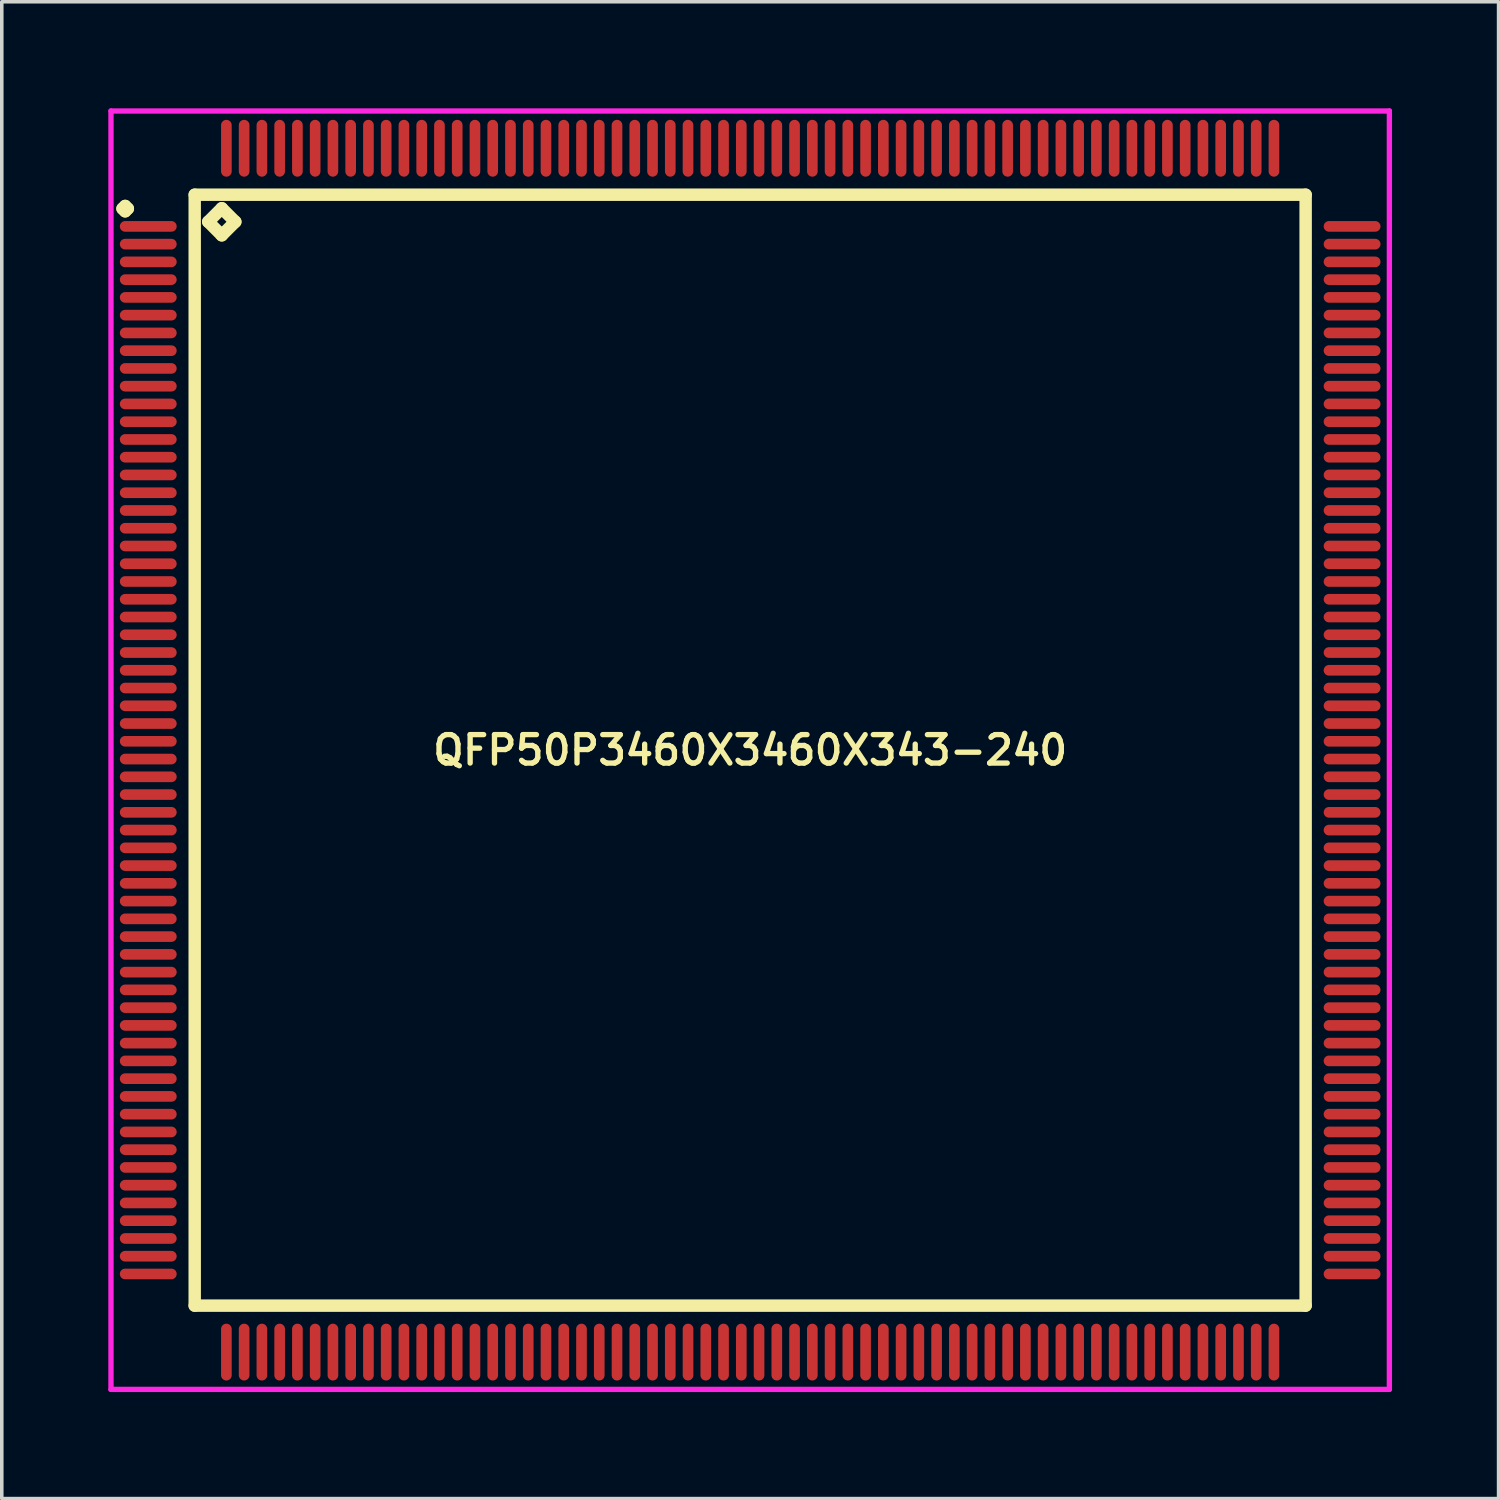
<source format=kicad_pcb>
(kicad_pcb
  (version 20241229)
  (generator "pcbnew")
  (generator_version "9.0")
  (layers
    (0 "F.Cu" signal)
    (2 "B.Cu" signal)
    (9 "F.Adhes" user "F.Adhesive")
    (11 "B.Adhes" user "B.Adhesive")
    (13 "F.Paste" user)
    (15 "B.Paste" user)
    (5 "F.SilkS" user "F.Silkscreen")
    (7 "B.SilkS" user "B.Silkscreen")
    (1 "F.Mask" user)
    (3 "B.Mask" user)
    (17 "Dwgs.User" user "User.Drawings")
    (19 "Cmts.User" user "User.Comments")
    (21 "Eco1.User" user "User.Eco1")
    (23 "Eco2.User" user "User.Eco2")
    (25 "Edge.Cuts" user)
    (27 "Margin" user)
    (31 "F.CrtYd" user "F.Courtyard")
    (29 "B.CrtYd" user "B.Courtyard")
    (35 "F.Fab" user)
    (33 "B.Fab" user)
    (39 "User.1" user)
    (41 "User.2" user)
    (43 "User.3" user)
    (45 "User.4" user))
  (footprint "QFP50P3460X3460X343-240"
    (layer "F.Cu")
    (at 18.075 18.075)
    (property "Reference" "QFP50P3460X3460X343-240" (at 0 0 0) (layer "F.SilkS") (effects (font (size 0.8 0.8) (thickness 0.15))))
    (attr through_hole)
    (fp_line (start -17.675 -15.25) (end -17.6 -15.325) (stroke (width 0.35) (type solid)) (layer "F.SilkS"))
    (fp_line (start -17.6 -15.325) (end -17.525 -15.25) (stroke (width 0.35) (type solid)) (layer "F.SilkS"))
    (fp_line (start -17.6 -15.175) (end -17.675 -15.25) (stroke (width 0.35) (type solid)) (layer "F.SilkS"))
    (fp_line (start -17.525 -15.25) (end -17.6 -15.175) (stroke (width 0.35) (type solid)) (layer "F.SilkS"))
    (fp_line (start -15.642 -15.642) (end -15.642 15.642) (stroke (width 0.35) (type solid)) (layer "F.SilkS"))
    (fp_line (start -15.642 15.642) (end 15.642 15.642) (stroke (width 0.35) (type solid)) (layer "F.SilkS"))
    (fp_line (start -15.261 -14.88) (end -14.88 -15.261) (stroke (width 0.35) (type solid)) (layer "F.SilkS"))
    (fp_line (start -14.88 -15.261) (end -14.499 -14.88) (stroke (width 0.35) (type solid)) (layer "F.SilkS"))
    (fp_line (start -14.88 -14.499) (end -15.261 -14.88) (stroke (width 0.35) (type solid)) (layer "F.SilkS"))
    (fp_line (start -14.499 -14.88) (end -14.88 -14.499) (stroke (width 0.35) (type solid)) (layer "F.SilkS"))
    (fp_line (start 15.642 -15.642) (end -15.642 -15.642) (stroke (width 0.35) (type solid)) (layer "F.SilkS"))
    (fp_line (start 15.642 15.642) (end 15.642 -15.642) (stroke (width 0.35) (type solid)) (layer "F.SilkS"))
    (fp_line (start -18 -18) (end 18 -18) (stroke (width 0.15) (type solid)) (layer "F.CrtYd"))
    (fp_line (start -18 18) (end -18 -18) (stroke (width 0.15) (type solid)) (layer "F.CrtYd"))
    (fp_line (start 18 -18) (end 18 18) (stroke (width 0.15) (type solid)) (layer "F.CrtYd"))
    (fp_line (start 18 18) (end -18 18) (stroke (width 0.15) (type solid)) (layer "F.CrtYd"))
    (pad "1" smd oval (at -16.95 -14.75) (size 1.6 0.3) (layers "F.Cu" "F.Mask" "F.Paste"))
    (pad "2" smd oval (at -16.95 -14.25) (size 1.6 0.3) (layers "F.Cu" "F.Mask" "F.Paste"))
    (pad "3" smd oval (at -16.95 -13.75) (size 1.6 0.3) (layers "F.Cu" "F.Mask" "F.Paste"))
    (pad "4" smd oval (at -16.95 -13.25) (size 1.6 0.3) (layers "F.Cu" "F.Mask" "F.Paste"))
    (pad "5" smd oval (at -16.95 -12.75) (size 1.6 0.3) (layers "F.Cu" "F.Mask" "F.Paste"))
    (pad "6" smd oval (at -16.95 -12.25) (size 1.6 0.3) (layers "F.Cu" "F.Mask" "F.Paste"))
    (pad "7" smd oval (at -16.95 -11.75) (size 1.6 0.3) (layers "F.Cu" "F.Mask" "F.Paste"))
    (pad "8" smd oval (at -16.95 -11.25) (size 1.6 0.3) (layers "F.Cu" "F.Mask" "F.Paste"))
    (pad "9" smd oval (at -16.95 -10.75) (size 1.6 0.3) (layers "F.Cu" "F.Mask" "F.Paste"))
    (pad "10" smd oval (at -16.95 -10.25) (size 1.6 0.3) (layers "F.Cu" "F.Mask" "F.Paste"))
    (pad "11" smd oval (at -16.95 -9.75) (size 1.6 0.3) (layers "F.Cu" "F.Mask" "F.Paste"))
    (pad "12" smd oval (at -16.95 -9.25) (size 1.6 0.3) (layers "F.Cu" "F.Mask" "F.Paste"))
    (pad "13" smd oval (at -16.95 -8.75) (size 1.6 0.3) (layers "F.Cu" "F.Mask" "F.Paste"))
    (pad "14" smd oval (at -16.95 -8.25) (size 1.6 0.3) (layers "F.Cu" "F.Mask" "F.Paste"))
    (pad "15" smd oval (at -16.95 -7.75) (size 1.6 0.3) (layers "F.Cu" "F.Mask" "F.Paste"))
    (pad "16" smd oval (at -16.95 -7.25) (size 1.6 0.3) (layers "F.Cu" "F.Mask" "F.Paste"))
    (pad "17" smd oval (at -16.95 -6.75) (size 1.6 0.3) (layers "F.Cu" "F.Mask" "F.Paste"))
    (pad "18" smd oval (at -16.95 -6.25) (size 1.6 0.3) (layers "F.Cu" "F.Mask" "F.Paste"))
    (pad "19" smd oval (at -16.95 -5.75) (size 1.6 0.3) (layers "F.Cu" "F.Mask" "F.Paste"))
    (pad "20" smd oval (at -16.95 -5.25) (size 1.6 0.3) (layers "F.Cu" "F.Mask" "F.Paste"))
    (pad "21" smd oval (at -16.95 -4.75) (size 1.6 0.3) (layers "F.Cu" "F.Mask" "F.Paste"))
    (pad "22" smd oval (at -16.95 -4.25) (size 1.6 0.3) (layers "F.Cu" "F.Mask" "F.Paste"))
    (pad "23" smd oval (at -16.95 -3.75) (size 1.6 0.3) (layers "F.Cu" "F.Mask" "F.Paste"))
    (pad "24" smd oval (at -16.95 -3.25) (size 1.6 0.3) (layers "F.Cu" "F.Mask" "F.Paste"))
    (pad "25" smd oval (at -16.95 -2.75) (size 1.6 0.3) (layers "F.Cu" "F.Mask" "F.Paste"))
    (pad "26" smd oval (at -16.95 -2.25) (size 1.6 0.3) (layers "F.Cu" "F.Mask" "F.Paste"))
    (pad "27" smd oval (at -16.95 -1.75) (size 1.6 0.3) (layers "F.Cu" "F.Mask" "F.Paste"))
    (pad "28" smd oval (at -16.95 -1.25) (size 1.6 0.3) (layers "F.Cu" "F.Mask" "F.Paste"))
    (pad "29" smd oval (at -16.95 -0.75) (size 1.6 0.3) (layers "F.Cu" "F.Mask" "F.Paste"))
    (pad "30" smd oval (at -16.95 -0.25) (size 1.6 0.3) (layers "F.Cu" "F.Mask" "F.Paste"))
    (pad "31" smd oval (at -16.95 0.25) (size 1.6 0.3) (layers "F.Cu" "F.Mask" "F.Paste"))
    (pad "32" smd oval (at -16.95 0.75) (size 1.6 0.3) (layers "F.Cu" "F.Mask" "F.Paste"))
    (pad "33" smd oval (at -16.95 1.25) (size 1.6 0.3) (layers "F.Cu" "F.Mask" "F.Paste"))
    (pad "34" smd oval (at -16.95 1.75) (size 1.6 0.3) (layers "F.Cu" "F.Mask" "F.Paste"))
    (pad "35" smd oval (at -16.95 2.25) (size 1.6 0.3) (layers "F.Cu" "F.Mask" "F.Paste"))
    (pad "36" smd oval (at -16.95 2.75) (size 1.6 0.3) (layers "F.Cu" "F.Mask" "F.Paste"))
    (pad "37" smd oval (at -16.95 3.25) (size 1.6 0.3) (layers "F.Cu" "F.Mask" "F.Paste"))
    (pad "38" smd oval (at -16.95 3.75) (size 1.6 0.3) (layers "F.Cu" "F.Mask" "F.Paste"))
    (pad "39" smd oval (at -16.95 4.25) (size 1.6 0.3) (layers "F.Cu" "F.Mask" "F.Paste"))
    (pad "40" smd oval (at -16.95 4.75) (size 1.6 0.3) (layers "F.Cu" "F.Mask" "F.Paste"))
    (pad "41" smd oval (at -16.95 5.25) (size 1.6 0.3) (layers "F.Cu" "F.Mask" "F.Paste"))
    (pad "42" smd oval (at -16.95 5.75) (size 1.6 0.3) (layers "F.Cu" "F.Mask" "F.Paste"))
    (pad "43" smd oval (at -16.95 6.25) (size 1.6 0.3) (layers "F.Cu" "F.Mask" "F.Paste"))
    (pad "44" smd oval (at -16.95 6.75) (size 1.6 0.3) (layers "F.Cu" "F.Mask" "F.Paste"))
    (pad "45" smd oval (at -16.95 7.25) (size 1.6 0.3) (layers "F.Cu" "F.Mask" "F.Paste"))
    (pad "46" smd oval (at -16.95 7.75) (size 1.6 0.3) (layers "F.Cu" "F.Mask" "F.Paste"))
    (pad "47" smd oval (at -16.95 8.25) (size 1.6 0.3) (layers "F.Cu" "F.Mask" "F.Paste"))
    (pad "48" smd oval (at -16.95 8.75) (size 1.6 0.3) (layers "F.Cu" "F.Mask" "F.Paste"))
    (pad "49" smd oval (at -16.95 9.25) (size 1.6 0.3) (layers "F.Cu" "F.Mask" "F.Paste"))
    (pad "50" smd oval (at -16.95 9.75) (size 1.6 0.3) (layers "F.Cu" "F.Mask" "F.Paste"))
    (pad "51" smd oval (at -16.95 10.25) (size 1.6 0.3) (layers "F.Cu" "F.Mask" "F.Paste"))
    (pad "52" smd oval (at -16.95 10.75) (size 1.6 0.3) (layers "F.Cu" "F.Mask" "F.Paste"))
    (pad "53" smd oval (at -16.95 11.25) (size 1.6 0.3) (layers "F.Cu" "F.Mask" "F.Paste"))
    (pad "54" smd oval (at -16.95 11.75) (size 1.6 0.3) (layers "F.Cu" "F.Mask" "F.Paste"))
    (pad "55" smd oval (at -16.95 12.25) (size 1.6 0.3) (layers "F.Cu" "F.Mask" "F.Paste"))
    (pad "56" smd oval (at -16.95 12.75) (size 1.6 0.3) (layers "F.Cu" "F.Mask" "F.Paste"))
    (pad "57" smd oval (at -16.95 13.25) (size 1.6 0.3) (layers "F.Cu" "F.Mask" "F.Paste"))
    (pad "58" smd oval (at -16.95 13.75) (size 1.6 0.3) (layers "F.Cu" "F.Mask" "F.Paste"))
    (pad "59" smd oval (at -16.95 14.25) (size 1.6 0.3) (layers "F.Cu" "F.Mask" "F.Paste"))
    (pad "60" smd oval (at -16.95 14.75) (size 1.6 0.3) (layers "F.Cu" "F.Mask" "F.Paste"))
    (pad "61" smd oval (at -14.75 16.95) (size 0.3 1.6) (layers "F.Cu" "F.Mask" "F.Paste"))
    (pad "62" smd oval (at -14.25 16.95) (size 0.3 1.6) (layers "F.Cu" "F.Mask" "F.Paste"))
    (pad "63" smd oval (at -13.75 16.95) (size 0.3 1.6) (layers "F.Cu" "F.Mask" "F.Paste"))
    (pad "64" smd oval (at -13.25 16.95) (size 0.3 1.6) (layers "F.Cu" "F.Mask" "F.Paste"))
    (pad "65" smd oval (at -12.75 16.95) (size 0.3 1.6) (layers "F.Cu" "F.Mask" "F.Paste"))
    (pad "66" smd oval (at -12.25 16.95) (size 0.3 1.6) (layers "F.Cu" "F.Mask" "F.Paste"))
    (pad "67" smd oval (at -11.75 16.95) (size 0.3 1.6) (layers "F.Cu" "F.Mask" "F.Paste"))
    (pad "68" smd oval (at -11.25 16.95) (size 0.3 1.6) (layers "F.Cu" "F.Mask" "F.Paste"))
    (pad "69" smd oval (at -10.75 16.95) (size 0.3 1.6) (layers "F.Cu" "F.Mask" "F.Paste"))
    (pad "70" smd oval (at -10.25 16.95) (size 0.3 1.6) (layers "F.Cu" "F.Mask" "F.Paste"))
    (pad "71" smd oval (at -9.75 16.95) (size 0.3 1.6) (layers "F.Cu" "F.Mask" "F.Paste"))
    (pad "72" smd oval (at -9.25 16.95) (size 0.3 1.6) (layers "F.Cu" "F.Mask" "F.Paste"))
    (pad "73" smd oval (at -8.75 16.95) (size 0.3 1.6) (layers "F.Cu" "F.Mask" "F.Paste"))
    (pad "74" smd oval (at -8.25 16.95) (size 0.3 1.6) (layers "F.Cu" "F.Mask" "F.Paste"))
    (pad "75" smd oval (at -7.75 16.95) (size 0.3 1.6) (layers "F.Cu" "F.Mask" "F.Paste"))
    (pad "76" smd oval (at -7.25 16.95) (size 0.3 1.6) (layers "F.Cu" "F.Mask" "F.Paste"))
    (pad "77" smd oval (at -6.75 16.95) (size 0.3 1.6) (layers "F.Cu" "F.Mask" "F.Paste"))
    (pad "78" smd oval (at -6.25 16.95) (size 0.3 1.6) (layers "F.Cu" "F.Mask" "F.Paste"))
    (pad "79" smd oval (at -5.75 16.95) (size 0.3 1.6) (layers "F.Cu" "F.Mask" "F.Paste"))
    (pad "80" smd oval (at -5.25 16.95) (size 0.3 1.6) (layers "F.Cu" "F.Mask" "F.Paste"))
    (pad "81" smd oval (at -4.75 16.95) (size 0.3 1.6) (layers "F.Cu" "F.Mask" "F.Paste"))
    (pad "82" smd oval (at -4.25 16.95) (size 0.3 1.6) (layers "F.Cu" "F.Mask" "F.Paste"))
    (pad "83" smd oval (at -3.75 16.95) (size 0.3 1.6) (layers "F.Cu" "F.Mask" "F.Paste"))
    (pad "84" smd oval (at -3.25 16.95) (size 0.3 1.6) (layers "F.Cu" "F.Mask" "F.Paste"))
    (pad "85" smd oval (at -2.75 16.95) (size 0.3 1.6) (layers "F.Cu" "F.Mask" "F.Paste"))
    (pad "86" smd oval (at -2.25 16.95) (size 0.3 1.6) (layers "F.Cu" "F.Mask" "F.Paste"))
    (pad "87" smd oval (at -1.75 16.95) (size 0.3 1.6) (layers "F.Cu" "F.Mask" "F.Paste"))
    (pad "88" smd oval (at -1.25 16.95) (size 0.3 1.6) (layers "F.Cu" "F.Mask" "F.Paste"))
    (pad "89" smd oval (at -0.75 16.95) (size 0.3 1.6) (layers "F.Cu" "F.Mask" "F.Paste"))
    (pad "90" smd oval (at -0.25 16.95) (size 0.3 1.6) (layers "F.Cu" "F.Mask" "F.Paste"))
    (pad "91" smd oval (at 0.25 16.95) (size 0.3 1.6) (layers "F.Cu" "F.Mask" "F.Paste"))
    (pad "92" smd oval (at 0.75 16.95) (size 0.3 1.6) (layers "F.Cu" "F.Mask" "F.Paste"))
    (pad "93" smd oval (at 1.25 16.95) (size 0.3 1.6) (layers "F.Cu" "F.Mask" "F.Paste"))
    (pad "94" smd oval (at 1.75 16.95) (size 0.3 1.6) (layers "F.Cu" "F.Mask" "F.Paste"))
    (pad "95" smd oval (at 2.25 16.95) (size 0.3 1.6) (layers "F.Cu" "F.Mask" "F.Paste"))
    (pad "96" smd oval (at 2.75 16.95) (size 0.3 1.6) (layers "F.Cu" "F.Mask" "F.Paste"))
    (pad "97" smd oval (at 3.25 16.95) (size 0.3 1.6) (layers "F.Cu" "F.Mask" "F.Paste"))
    (pad "98" smd oval (at 3.75 16.95) (size 0.3 1.6) (layers "F.Cu" "F.Mask" "F.Paste"))
    (pad "99" smd oval (at 4.25 16.95) (size 0.3 1.6) (layers "F.Cu" "F.Mask" "F.Paste"))
    (pad "100" smd oval (at 4.75 16.95) (size 0.3 1.6) (layers "F.Cu" "F.Mask" "F.Paste"))
    (pad "101" smd oval (at 5.25 16.95) (size 0.3 1.6) (layers "F.Cu" "F.Mask" "F.Paste"))
    (pad "102" smd oval (at 5.75 16.95) (size 0.3 1.6) (layers "F.Cu" "F.Mask" "F.Paste"))
    (pad "103" smd oval (at 6.25 16.95) (size 0.3 1.6) (layers "F.Cu" "F.Mask" "F.Paste"))
    (pad "104" smd oval (at 6.75 16.95) (size 0.3 1.6) (layers "F.Cu" "F.Mask" "F.Paste"))
    (pad "105" smd oval (at 7.25 16.95) (size 0.3 1.6) (layers "F.Cu" "F.Mask" "F.Paste"))
    (pad "106" smd oval (at 7.75 16.95) (size 0.3 1.6) (layers "F.Cu" "F.Mask" "F.Paste"))
    (pad "107" smd oval (at 8.25 16.95) (size 0.3 1.6) (layers "F.Cu" "F.Mask" "F.Paste"))
    (pad "108" smd oval (at 8.75 16.95) (size 0.3 1.6) (layers "F.Cu" "F.Mask" "F.Paste"))
    (pad "109" smd oval (at 9.25 16.95) (size 0.3 1.6) (layers "F.Cu" "F.Mask" "F.Paste"))
    (pad "110" smd oval (at 9.75 16.95) (size 0.3 1.6) (layers "F.Cu" "F.Mask" "F.Paste"))
    (pad "111" smd oval (at 10.25 16.95) (size 0.3 1.6) (layers "F.Cu" "F.Mask" "F.Paste"))
    (pad "112" smd oval (at 10.75 16.95) (size 0.3 1.6) (layers "F.Cu" "F.Mask" "F.Paste"))
    (pad "113" smd oval (at 11.25 16.95) (size 0.3 1.6) (layers "F.Cu" "F.Mask" "F.Paste"))
    (pad "114" smd oval (at 11.75 16.95) (size 0.3 1.6) (layers "F.Cu" "F.Mask" "F.Paste"))
    (pad "115" smd oval (at 12.25 16.95) (size 0.3 1.6) (layers "F.Cu" "F.Mask" "F.Paste"))
    (pad "116" smd oval (at 12.75 16.95) (size 0.3 1.6) (layers "F.Cu" "F.Mask" "F.Paste"))
    (pad "117" smd oval (at 13.25 16.95) (size 0.3 1.6) (layers "F.Cu" "F.Mask" "F.Paste"))
    (pad "118" smd oval (at 13.75 16.95) (size 0.3 1.6) (layers "F.Cu" "F.Mask" "F.Paste"))
    (pad "119" smd oval (at 14.25 16.95) (size 0.3 1.6) (layers "F.Cu" "F.Mask" "F.Paste"))
    (pad "120" smd oval (at 14.75 16.95) (size 0.3 1.6) (layers "F.Cu" "F.Mask" "F.Paste"))
    (pad "121" smd oval (at 16.95 14.75) (size 1.6 0.3) (layers "F.Cu" "F.Mask" "F.Paste"))
    (pad "122" smd oval (at 16.95 14.25) (size 1.6 0.3) (layers "F.Cu" "F.Mask" "F.Paste"))
    (pad "123" smd oval (at 16.95 13.75) (size 1.6 0.3) (layers "F.Cu" "F.Mask" "F.Paste"))
    (pad "124" smd oval (at 16.95 13.25) (size 1.6 0.3) (layers "F.Cu" "F.Mask" "F.Paste"))
    (pad "125" smd oval (at 16.95 12.75) (size 1.6 0.3) (layers "F.Cu" "F.Mask" "F.Paste"))
    (pad "126" smd oval (at 16.95 12.25) (size 1.6 0.3) (layers "F.Cu" "F.Mask" "F.Paste"))
    (pad "127" smd oval (at 16.95 11.75) (size 1.6 0.3) (layers "F.Cu" "F.Mask" "F.Paste"))
    (pad "128" smd oval (at 16.95 11.25) (size 1.6 0.3) (layers "F.Cu" "F.Mask" "F.Paste"))
    (pad "129" smd oval (at 16.95 10.75) (size 1.6 0.3) (layers "F.Cu" "F.Mask" "F.Paste"))
    (pad "130" smd oval (at 16.95 10.25) (size 1.6 0.3) (layers "F.Cu" "F.Mask" "F.Paste"))
    (pad "131" smd oval (at 16.95 9.75) (size 1.6 0.3) (layers "F.Cu" "F.Mask" "F.Paste"))
    (pad "132" smd oval (at 16.95 9.25) (size 1.6 0.3) (layers "F.Cu" "F.Mask" "F.Paste"))
    (pad "133" smd oval (at 16.95 8.75) (size 1.6 0.3) (layers "F.Cu" "F.Mask" "F.Paste"))
    (pad "134" smd oval (at 16.95 8.25) (size 1.6 0.3) (layers "F.Cu" "F.Mask" "F.Paste"))
    (pad "135" smd oval (at 16.95 7.75) (size 1.6 0.3) (layers "F.Cu" "F.Mask" "F.Paste"))
    (pad "136" smd oval (at 16.95 7.25) (size 1.6 0.3) (layers "F.Cu" "F.Mask" "F.Paste"))
    (pad "137" smd oval (at 16.95 6.75) (size 1.6 0.3) (layers "F.Cu" "F.Mask" "F.Paste"))
    (pad "138" smd oval (at 16.95 6.25) (size 1.6 0.3) (layers "F.Cu" "F.Mask" "F.Paste"))
    (pad "139" smd oval (at 16.95 5.75) (size 1.6 0.3) (layers "F.Cu" "F.Mask" "F.Paste"))
    (pad "140" smd oval (at 16.95 5.25) (size 1.6 0.3) (layers "F.Cu" "F.Mask" "F.Paste"))
    (pad "141" smd oval (at 16.95 4.75) (size 1.6 0.3) (layers "F.Cu" "F.Mask" "F.Paste"))
    (pad "142" smd oval (at 16.95 4.25) (size 1.6 0.3) (layers "F.Cu" "F.Mask" "F.Paste"))
    (pad "143" smd oval (at 16.95 3.75) (size 1.6 0.3) (layers "F.Cu" "F.Mask" "F.Paste"))
    (pad "144" smd oval (at 16.95 3.25) (size 1.6 0.3) (layers "F.Cu" "F.Mask" "F.Paste"))
    (pad "145" smd oval (at 16.95 2.75) (size 1.6 0.3) (layers "F.Cu" "F.Mask" "F.Paste"))
    (pad "146" smd oval (at 16.95 2.25) (size 1.6 0.3) (layers "F.Cu" "F.Mask" "F.Paste"))
    (pad "147" smd oval (at 16.95 1.75) (size 1.6 0.3) (layers "F.Cu" "F.Mask" "F.Paste"))
    (pad "148" smd oval (at 16.95 1.25) (size 1.6 0.3) (layers "F.Cu" "F.Mask" "F.Paste"))
    (pad "149" smd oval (at 16.95 0.75) (size 1.6 0.3) (layers "F.Cu" "F.Mask" "F.Paste"))
    (pad "150" smd oval (at 16.95 0.25) (size 1.6 0.3) (layers "F.Cu" "F.Mask" "F.Paste"))
    (pad "151" smd oval (at 16.95 -0.25) (size 1.6 0.3) (layers "F.Cu" "F.Mask" "F.Paste"))
    (pad "152" smd oval (at 16.95 -0.75) (size 1.6 0.3) (layers "F.Cu" "F.Mask" "F.Paste"))
    (pad "153" smd oval (at 16.95 -1.25) (size 1.6 0.3) (layers "F.Cu" "F.Mask" "F.Paste"))
    (pad "154" smd oval (at 16.95 -1.75) (size 1.6 0.3) (layers "F.Cu" "F.Mask" "F.Paste"))
    (pad "155" smd oval (at 16.95 -2.25) (size 1.6 0.3) (layers "F.Cu" "F.Mask" "F.Paste"))
    (pad "156" smd oval (at 16.95 -2.75) (size 1.6 0.3) (layers "F.Cu" "F.Mask" "F.Paste"))
    (pad "157" smd oval (at 16.95 -3.25) (size 1.6 0.3) (layers "F.Cu" "F.Mask" "F.Paste"))
    (pad "158" smd oval (at 16.95 -3.75) (size 1.6 0.3) (layers "F.Cu" "F.Mask" "F.Paste"))
    (pad "159" smd oval (at 16.95 -4.25) (size 1.6 0.3) (layers "F.Cu" "F.Mask" "F.Paste"))
    (pad "160" smd oval (at 16.95 -4.75) (size 1.6 0.3) (layers "F.Cu" "F.Mask" "F.Paste"))
    (pad "161" smd oval (at 16.95 -5.25) (size 1.6 0.3) (layers "F.Cu" "F.Mask" "F.Paste"))
    (pad "162" smd oval (at 16.95 -5.75) (size 1.6 0.3) (layers "F.Cu" "F.Mask" "F.Paste"))
    (pad "163" smd oval (at 16.95 -6.25) (size 1.6 0.3) (layers "F.Cu" "F.Mask" "F.Paste"))
    (pad "164" smd oval (at 16.95 -6.75) (size 1.6 0.3) (layers "F.Cu" "F.Mask" "F.Paste"))
    (pad "165" smd oval (at 16.95 -7.25) (size 1.6 0.3) (layers "F.Cu" "F.Mask" "F.Paste"))
    (pad "166" smd oval (at 16.95 -7.75) (size 1.6 0.3) (layers "F.Cu" "F.Mask" "F.Paste"))
    (pad "167" smd oval (at 16.95 -8.25) (size 1.6 0.3) (layers "F.Cu" "F.Mask" "F.Paste"))
    (pad "168" smd oval (at 16.95 -8.75) (size 1.6 0.3) (layers "F.Cu" "F.Mask" "F.Paste"))
    (pad "169" smd oval (at 16.95 -9.25) (size 1.6 0.3) (layers "F.Cu" "F.Mask" "F.Paste"))
    (pad "170" smd oval (at 16.95 -9.75) (size 1.6 0.3) (layers "F.Cu" "F.Mask" "F.Paste"))
    (pad "171" smd oval (at 16.95 -10.25) (size 1.6 0.3) (layers "F.Cu" "F.Mask" "F.Paste"))
    (pad "172" smd oval (at 16.95 -10.75) (size 1.6 0.3) (layers "F.Cu" "F.Mask" "F.Paste"))
    (pad "173" smd oval (at 16.95 -11.25) (size 1.6 0.3) (layers "F.Cu" "F.Mask" "F.Paste"))
    (pad "174" smd oval (at 16.95 -11.75) (size 1.6 0.3) (layers "F.Cu" "F.Mask" "F.Paste"))
    (pad "175" smd oval (at 16.95 -12.25) (size 1.6 0.3) (layers "F.Cu" "F.Mask" "F.Paste"))
    (pad "176" smd oval (at 16.95 -12.75) (size 1.6 0.3) (layers "F.Cu" "F.Mask" "F.Paste"))
    (pad "177" smd oval (at 16.95 -13.25) (size 1.6 0.3) (layers "F.Cu" "F.Mask" "F.Paste"))
    (pad "178" smd oval (at 16.95 -13.75) (size 1.6 0.3) (layers "F.Cu" "F.Mask" "F.Paste"))
    (pad "179" smd oval (at 16.95 -14.25) (size 1.6 0.3) (layers "F.Cu" "F.Mask" "F.Paste"))
    (pad "180" smd oval (at 16.95 -14.75) (size 1.6 0.3) (layers "F.Cu" "F.Mask" "F.Paste"))
    (pad "181" smd oval (at 14.75 -16.95) (size 0.3 1.6) (layers "F.Cu" "F.Mask" "F.Paste"))
    (pad "182" smd oval (at 14.25 -16.95) (size 0.3 1.6) (layers "F.Cu" "F.Mask" "F.Paste"))
    (pad "183" smd oval (at 13.75 -16.95) (size 0.3 1.6) (layers "F.Cu" "F.Mask" "F.Paste"))
    (pad "184" smd oval (at 13.25 -16.95) (size 0.3 1.6) (layers "F.Cu" "F.Mask" "F.Paste"))
    (pad "185" smd oval (at 12.75 -16.95) (size 0.3 1.6) (layers "F.Cu" "F.Mask" "F.Paste"))
    (pad "186" smd oval (at 12.25 -16.95) (size 0.3 1.6) (layers "F.Cu" "F.Mask" "F.Paste"))
    (pad "187" smd oval (at 11.75 -16.95) (size 0.3 1.6) (layers "F.Cu" "F.Mask" "F.Paste"))
    (pad "188" smd oval (at 11.25 -16.95) (size 0.3 1.6) (layers "F.Cu" "F.Mask" "F.Paste"))
    (pad "189" smd oval (at 10.75 -16.95) (size 0.3 1.6) (layers "F.Cu" "F.Mask" "F.Paste"))
    (pad "190" smd oval (at 10.25 -16.95) (size 0.3 1.6) (layers "F.Cu" "F.Mask" "F.Paste"))
    (pad "191" smd oval (at 9.75 -16.95) (size 0.3 1.6) (layers "F.Cu" "F.Mask" "F.Paste"))
    (pad "192" smd oval (at 9.25 -16.95) (size 0.3 1.6) (layers "F.Cu" "F.Mask" "F.Paste"))
    (pad "193" smd oval (at 8.75 -16.95) (size 0.3 1.6) (layers "F.Cu" "F.Mask" "F.Paste"))
    (pad "194" smd oval (at 8.25 -16.95) (size 0.3 1.6) (layers "F.Cu" "F.Mask" "F.Paste"))
    (pad "195" smd oval (at 7.75 -16.95) (size 0.3 1.6) (layers "F.Cu" "F.Mask" "F.Paste"))
    (pad "196" smd oval (at 7.25 -16.95) (size 0.3 1.6) (layers "F.Cu" "F.Mask" "F.Paste"))
    (pad "197" smd oval (at 6.75 -16.95) (size 0.3 1.6) (layers "F.Cu" "F.Mask" "F.Paste"))
    (pad "198" smd oval (at 6.25 -16.95) (size 0.3 1.6) (layers "F.Cu" "F.Mask" "F.Paste"))
    (pad "199" smd oval (at 5.75 -16.95) (size 0.3 1.6) (layers "F.Cu" "F.Mask" "F.Paste"))
    (pad "200" smd oval (at 5.25 -16.95) (size 0.3 1.6) (layers "F.Cu" "F.Mask" "F.Paste"))
    (pad "201" smd oval (at 4.75 -16.95) (size 0.3 1.6) (layers "F.Cu" "F.Mask" "F.Paste"))
    (pad "202" smd oval (at 4.25 -16.95) (size 0.3 1.6) (layers "F.Cu" "F.Mask" "F.Paste"))
    (pad "203" smd oval (at 3.75 -16.95) (size 0.3 1.6) (layers "F.Cu" "F.Mask" "F.Paste"))
    (pad "204" smd oval (at 3.25 -16.95) (size 0.3 1.6) (layers "F.Cu" "F.Mask" "F.Paste"))
    (pad "205" smd oval (at 2.75 -16.95) (size 0.3 1.6) (layers "F.Cu" "F.Mask" "F.Paste"))
    (pad "206" smd oval (at 2.25 -16.95) (size 0.3 1.6) (layers "F.Cu" "F.Mask" "F.Paste"))
    (pad "207" smd oval (at 1.75 -16.95) (size 0.3 1.6) (layers "F.Cu" "F.Mask" "F.Paste"))
    (pad "208" smd oval (at 1.25 -16.95) (size 0.3 1.6) (layers "F.Cu" "F.Mask" "F.Paste"))
    (pad "209" smd oval (at 0.75 -16.95) (size 0.3 1.6) (layers "F.Cu" "F.Mask" "F.Paste"))
    (pad "210" smd oval (at 0.25 -16.95) (size 0.3 1.6) (layers "F.Cu" "F.Mask" "F.Paste"))
    (pad "211" smd oval (at -0.25 -16.95) (size 0.3 1.6) (layers "F.Cu" "F.Mask" "F.Paste"))
    (pad "212" smd oval (at -0.75 -16.95) (size 0.3 1.6) (layers "F.Cu" "F.Mask" "F.Paste"))
    (pad "213" smd oval (at -1.25 -16.95) (size 0.3 1.6) (layers "F.Cu" "F.Mask" "F.Paste"))
    (pad "214" smd oval (at -1.75 -16.95) (size 0.3 1.6) (layers "F.Cu" "F.Mask" "F.Paste"))
    (pad "215" smd oval (at -2.25 -16.95) (size 0.3 1.6) (layers "F.Cu" "F.Mask" "F.Paste"))
    (pad "216" smd oval (at -2.75 -16.95) (size 0.3 1.6) (layers "F.Cu" "F.Mask" "F.Paste"))
    (pad "217" smd oval (at -3.25 -16.95) (size 0.3 1.6) (layers "F.Cu" "F.Mask" "F.Paste"))
    (pad "218" smd oval (at -3.75 -16.95) (size 0.3 1.6) (layers "F.Cu" "F.Mask" "F.Paste"))
    (pad "219" smd oval (at -4.25 -16.95) (size 0.3 1.6) (layers "F.Cu" "F.Mask" "F.Paste"))
    (pad "220" smd oval (at -4.75 -16.95) (size 0.3 1.6) (layers "F.Cu" "F.Mask" "F.Paste"))
    (pad "221" smd oval (at -5.25 -16.95) (size 0.3 1.6) (layers "F.Cu" "F.Mask" "F.Paste"))
    (pad "222" smd oval (at -5.75 -16.95) (size 0.3 1.6) (layers "F.Cu" "F.Mask" "F.Paste"))
    (pad "223" smd oval (at -6.25 -16.95) (size 0.3 1.6) (layers "F.Cu" "F.Mask" "F.Paste"))
    (pad "224" smd oval (at -6.75 -16.95) (size 0.3 1.6) (layers "F.Cu" "F.Mask" "F.Paste"))
    (pad "225" smd oval (at -7.25 -16.95) (size 0.3 1.6) (layers "F.Cu" "F.Mask" "F.Paste"))
    (pad "226" smd oval (at -7.75 -16.95) (size 0.3 1.6) (layers "F.Cu" "F.Mask" "F.Paste"))
    (pad "227" smd oval (at -8.25 -16.95) (size 0.3 1.6) (layers "F.Cu" "F.Mask" "F.Paste"))
    (pad "228" smd oval (at -8.75 -16.95) (size 0.3 1.6) (layers "F.Cu" "F.Mask" "F.Paste"))
    (pad "229" smd oval (at -9.25 -16.95) (size 0.3 1.6) (layers "F.Cu" "F.Mask" "F.Paste"))
    (pad "230" smd oval (at -9.75 -16.95) (size 0.3 1.6) (layers "F.Cu" "F.Mask" "F.Paste"))
    (pad "231" smd oval (at -10.25 -16.95) (size 0.3 1.6) (layers "F.Cu" "F.Mask" "F.Paste"))
    (pad "232" smd oval (at -10.75 -16.95) (size 0.3 1.6) (layers "F.Cu" "F.Mask" "F.Paste"))
    (pad "233" smd oval (at -11.25 -16.95) (size 0.3 1.6) (layers "F.Cu" "F.Mask" "F.Paste"))
    (pad "234" smd oval (at -11.75 -16.95) (size 0.3 1.6) (layers "F.Cu" "F.Mask" "F.Paste"))
    (pad "235" smd oval (at -12.25 -16.95) (size 0.3 1.6) (layers "F.Cu" "F.Mask" "F.Paste"))
    (pad "236" smd oval (at -12.75 -16.95) (size 0.3 1.6) (layers "F.Cu" "F.Mask" "F.Paste"))
    (pad "237" smd oval (at -13.25 -16.95) (size 0.3 1.6) (layers "F.Cu" "F.Mask" "F.Paste"))
    (pad "238" smd oval (at -13.75 -16.95) (size 0.3 1.6) (layers "F.Cu" "F.Mask" "F.Paste"))
    (pad "239" smd oval (at -14.25 -16.95) (size 0.3 1.6) (layers "F.Cu" "F.Mask" "F.Paste"))
    (pad "240" smd oval (at -14.75 -16.95) (size 0.3 1.6) (layers "F.Cu" "F.Mask" "F.Paste")))
  (gr_rect
    (start -3 -3)
    (end 39.15 39.15)
    (stroke (width 0.1) (type default))
    (fill no)
    (layer "Edge.Cuts")))
</source>
